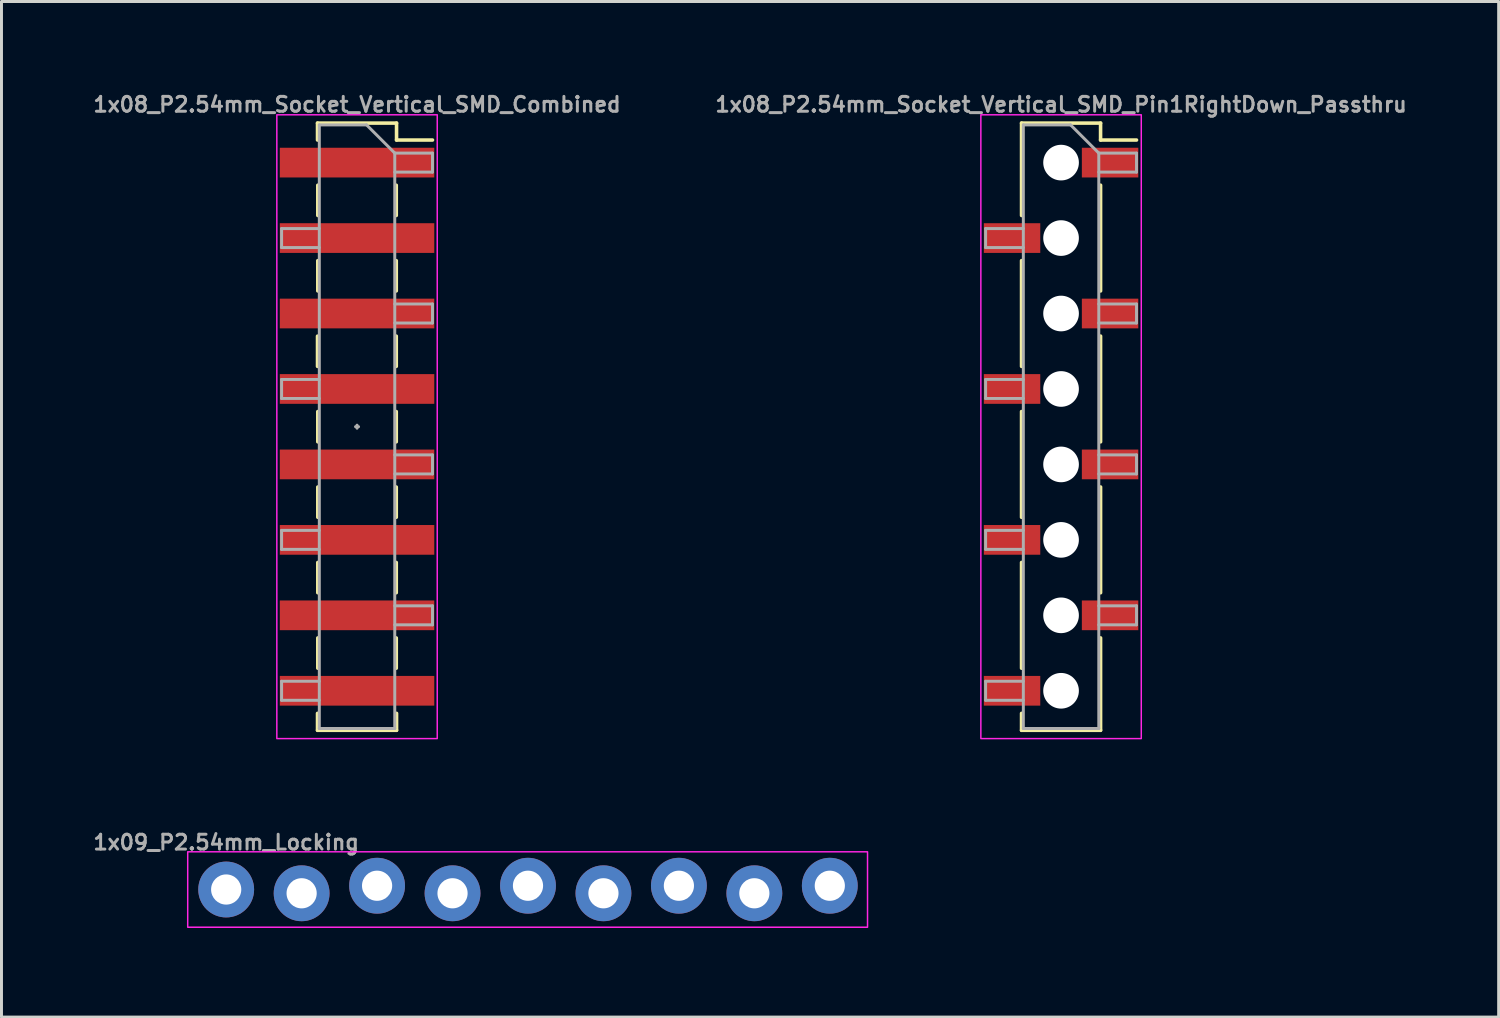
<source format=kicad_pcb>
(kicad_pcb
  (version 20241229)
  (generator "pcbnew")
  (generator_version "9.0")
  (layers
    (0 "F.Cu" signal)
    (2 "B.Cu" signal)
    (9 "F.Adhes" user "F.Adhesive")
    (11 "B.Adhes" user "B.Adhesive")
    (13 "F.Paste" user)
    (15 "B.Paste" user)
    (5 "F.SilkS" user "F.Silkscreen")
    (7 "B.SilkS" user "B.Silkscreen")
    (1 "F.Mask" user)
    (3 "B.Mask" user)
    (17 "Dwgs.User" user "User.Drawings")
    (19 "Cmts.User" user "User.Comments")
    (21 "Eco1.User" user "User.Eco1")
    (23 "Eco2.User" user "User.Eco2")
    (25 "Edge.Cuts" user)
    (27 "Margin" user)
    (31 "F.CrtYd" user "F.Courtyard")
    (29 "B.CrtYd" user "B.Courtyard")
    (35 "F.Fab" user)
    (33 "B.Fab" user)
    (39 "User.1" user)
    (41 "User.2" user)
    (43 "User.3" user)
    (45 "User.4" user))
  (footprint "1x09_P2.54mm_Locking"
    (layer "F.Cu")
    (at 4.564 26.894)
    (property "Reference" "1x09_P2.54mm_Locking" (at 0 -1.587 0) (layer "F.Fab") (effects (font (size 0.5 0.5) (thickness 0.1))))
    (fp_rect (start -1.295 -1.27) (end 21.59 1.27) (stroke (width 0.05) (type default)) (fill no) (layer "F.CrtYd"))
    (fp_poly (pts (xy -0.254 0.254) (xy 0.254 0.254) (xy 0.254 -0.254) (xy -0.254 -0.254)) (stroke (width 0.1) (type default)) (fill no) (layer "F.Fab"))
    (fp_poly (pts (xy 2.286 0.254) (xy 2.794 0.254) (xy 2.794 -0.254) (xy 2.286 -0.254)) (stroke (width 0.1) (type default)) (fill no) (layer "F.Fab"))
    (fp_poly (pts (xy 4.826 0.254) (xy 5.334 0.254) (xy 5.334 -0.254) (xy 4.826 -0.254)) (stroke (width 0.1) (type default)) (fill no) (layer "F.Fab"))
    (fp_poly (pts (xy 7.366 0.254) (xy 7.874 0.254) (xy 7.874 -0.254) (xy 7.366 -0.254)) (stroke (width 0.1) (type default)) (fill no) (layer "F.Fab"))
    (fp_poly (pts (xy 9.906 0.254) (xy 10.414 0.254) (xy 10.414 -0.254) (xy 9.906 -0.254)) (stroke (width 0.1) (type default)) (fill no) (layer "F.Fab"))
    (fp_poly (pts (xy 12.446 0.254) (xy 12.954 0.254) (xy 12.954 -0.254) (xy 12.446 -0.254)) (stroke (width 0.1) (type default)) (fill no) (layer "F.Fab"))
    (fp_poly (pts (xy 14.986 0.254) (xy 15.494 0.254) (xy 15.494 -0.254) (xy 14.986 -0.254)) (stroke (width 0.1) (type default)) (fill no) (layer "F.Fab"))
    (fp_poly (pts (xy 17.526 0.254) (xy 18.034 0.254) (xy 18.034 -0.254) (xy 17.526 -0.254)) (stroke (width 0.1) (type default)) (fill no) (layer "F.Fab"))
    (fp_poly (pts (xy 20.066 0.254) (xy 20.574 0.254) (xy 20.574 -0.254) (xy 20.066 -0.254)) (stroke (width 0.1) (type default)) (fill no) (layer "F.Fab"))
    (pad "1" thru_hole circle (at 0 0 90) (size 1.88 1.88) (drill 1.016) (layers "*.Cu" "*.Mask") (remove_unused_layers yes) (keep_end_layers yes) (zone_layer_connections))
    (pad "2" thru_hole circle (at 2.54 0.127 90) (size 1.88 1.88) (drill 1.016) (layers "*.Cu" "*.Mask") (remove_unused_layers yes) (keep_end_layers yes) (zone_layer_connections))
    (pad "3" thru_hole circle (at 5.08 -0.127 90) (size 1.88 1.88) (drill 1.016) (layers "*.Cu" "*.Mask") (remove_unused_layers yes) (keep_end_layers yes) (zone_layer_connections))
    (pad "4" thru_hole circle (at 7.62 0.127 90) (size 1.88 1.88) (drill 1.016) (layers "*.Cu" "*.Mask") (remove_unused_layers yes) (keep_end_layers yes) (zone_layer_connections))
    (pad "5" thru_hole circle (at 10.16 -0.127 90) (size 1.88 1.88) (drill 1.016) (layers "*.Cu" "*.Mask") (remove_unused_layers yes) (keep_end_layers yes) (zone_layer_connections))
    (pad "6" thru_hole circle (at 12.7 0.127 90) (size 1.88 1.88) (drill 1.016) (layers "*.Cu" "*.Mask") (remove_unused_layers yes) (keep_end_layers yes) (zone_layer_connections))
    (pad "7" thru_hole circle (at 15.24 -0.127 90) (size 1.88 1.88) (drill 1.016) (layers "*.Cu" "*.Mask") (remove_unused_layers yes) (keep_end_layers yes) (zone_layer_connections))
    (pad "8" thru_hole circle (at 17.78 0.127 90) (size 1.88 1.88) (drill 1.016) (layers "*.Cu" "*.Mask") (remove_unused_layers yes) (keep_end_layers yes) (zone_layer_connections))
    (pad "9" thru_hole circle (at 20.32 -0.127 90) (size 1.88 1.88) (drill 1.016) (layers "*.Cu" "*.Mask") (remove_unused_layers yes) (keep_end_layers yes) (zone_layer_connections)))
  (footprint "1x08_P2.54mm_Socket_Vertical_SMD_Pin1RightDown_Passthru"
    (layer "F.Cu")
    (at 32.669 11.314)
    (property "Reference" "1x08_P2.54mm_Socket_Vertical_SMD_Pin1RightDown_Passthru" (at 0 -10.846 0) (layer "F.Fab") (effects (font (size 0.5 0.5) (thickness 0.1))))
    (attr smd)
    (fp_line (start -1.33 -10.22) (end -1.33 -7.11) (stroke (width 0.12) (type solid)) (layer "F.SilkS"))
    (fp_line (start -1.33 -10.22) (end 1.33 -10.22) (stroke (width 0.12) (type solid)) (layer "F.SilkS"))
    (fp_line (start -1.33 -5.59) (end -1.33 -2.03) (stroke (width 0.12) (type solid)) (layer "F.SilkS"))
    (fp_line (start -1.33 -0.51) (end -1.33 3.05) (stroke (width 0.12) (type solid)) (layer "F.SilkS"))
    (fp_line (start -1.33 4.57) (end -1.33 8.13) (stroke (width 0.12) (type solid)) (layer "F.SilkS"))
    (fp_line (start -1.33 9.65) (end -1.33 10.22) (stroke (width 0.12) (type solid)) (layer "F.SilkS"))
    (fp_line (start -1.33 10.22) (end 1.33 10.22) (stroke (width 0.12) (type solid)) (layer "F.SilkS"))
    (fp_line (start 1.33 -10.22) (end 1.33 -9.65) (stroke (width 0.12) (type solid)) (layer "F.SilkS"))
    (fp_line (start 1.33 -9.65) (end 2.54 -9.65) (stroke (width 0.12) (type solid)) (layer "F.SilkS"))
    (fp_line (start 1.33 -8.13) (end 1.33 -4.57) (stroke (width 0.12) (type solid)) (layer "F.SilkS"))
    (fp_line (start 1.33 -3.05) (end 1.33 0.51) (stroke (width 0.12) (type solid)) (layer "F.SilkS"))
    (fp_line (start 1.33 2.03) (end 1.33 5.59) (stroke (width 0.12) (type solid)) (layer "F.SilkS"))
    (fp_line (start 1.33 7.11) (end 1.33 10.22) (stroke (width 0.12) (type solid)) (layer "F.SilkS"))
    (fp_rect (start -2.7 -10.5) (end 2.7 10.5) (stroke (width 0.05) (type default)) (fill no) (layer "F.CrtYd"))
    (fp_line (start -2.54 -6.67) (end -2.54 -6.03) (stroke (width 0.1) (type solid)) (layer "F.Fab"))
    (fp_line (start -2.54 -6.03) (end -1.27 -6.03) (stroke (width 0.1) (type solid)) (layer "F.Fab"))
    (fp_line (start -2.54 -1.59) (end -2.54 -0.95) (stroke (width 0.1) (type solid)) (layer "F.Fab"))
    (fp_line (start -2.54 -0.95) (end -1.27 -0.95) (stroke (width 0.1) (type solid)) (layer "F.Fab"))
    (fp_line (start -2.54 3.49) (end -2.54 4.13) (stroke (width 0.1) (type solid)) (layer "F.Fab"))
    (fp_line (start -2.54 4.13) (end -1.27 4.13) (stroke (width 0.1) (type solid)) (layer "F.Fab"))
    (fp_line (start -2.54 8.57) (end -2.54 9.21) (stroke (width 0.1) (type solid)) (layer "F.Fab"))
    (fp_line (start -2.54 9.21) (end -1.27 9.21) (stroke (width 0.1) (type solid)) (layer "F.Fab"))
    (fp_line (start -1.27 -10.16) (end -1.27 10.16) (stroke (width 0.1) (type solid)) (layer "F.Fab"))
    (fp_line (start -1.27 -10.16) (end 0.32 -10.16) (stroke (width 0.1) (type solid)) (layer "F.Fab"))
    (fp_line (start -1.27 -6.67) (end -2.54 -6.67) (stroke (width 0.1) (type solid)) (layer "F.Fab"))
    (fp_line (start -1.27 -1.59) (end -2.54 -1.59) (stroke (width 0.1) (type solid)) (layer "F.Fab"))
    (fp_line (start -1.27 3.49) (end -2.54 3.49) (stroke (width 0.1) (type solid)) (layer "F.Fab"))
    (fp_line (start -1.27 8.57) (end -2.54 8.57) (stroke (width 0.1) (type solid)) (layer "F.Fab"))
    (fp_line (start 1.27 -9.21) (end 0.32 -10.16) (stroke (width 0.1) (type solid)) (layer "F.Fab"))
    (fp_line (start 1.27 -9.21) (end 2.54 -9.21) (stroke (width 0.1) (type solid)) (layer "F.Fab"))
    (fp_line (start 1.27 -4.13) (end 2.54 -4.13) (stroke (width 0.1) (type solid)) (layer "F.Fab"))
    (fp_line (start 1.27 0.95) (end 2.54 0.95) (stroke (width 0.1) (type solid)) (layer "F.Fab"))
    (fp_line (start 1.27 6.03) (end 2.54 6.03) (stroke (width 0.1) (type solid)) (layer "F.Fab"))
    (fp_line (start 1.27 10.16) (end -1.27 10.16) (stroke (width 0.1) (type solid)) (layer "F.Fab"))
    (fp_line (start 1.27 10.16) (end 1.27 -9.21) (stroke (width 0.1) (type solid)) (layer "F.Fab"))
    (fp_line (start 2.54 -9.21) (end 2.54 -8.57) (stroke (width 0.1) (type solid)) (layer "F.Fab"))
    (fp_line (start 2.54 -8.57) (end 1.27 -8.57) (stroke (width 0.1) (type solid)) (layer "F.Fab"))
    (fp_line (start 2.54 -4.13) (end 2.54 -3.49) (stroke (width 0.1) (type solid)) (layer "F.Fab"))
    (fp_line (start 2.54 -3.49) (end 1.27 -3.49) (stroke (width 0.1) (type solid)) (layer "F.Fab"))
    (fp_line (start 2.54 0.95) (end 2.54 1.59) (stroke (width 0.1) (type solid)) (layer "F.Fab"))
    (fp_line (start 2.54 1.59) (end 1.27 1.59) (stroke (width 0.1) (type solid)) (layer "F.Fab"))
    (fp_line (start 2.54 6.03) (end 2.54 6.67) (stroke (width 0.1) (type solid)) (layer "F.Fab"))
    (fp_line (start 2.54 6.67) (end 1.27 6.67) (stroke (width 0.1) (type solid)) (layer "F.Fab"))
    (pad "" np_thru_hole circle (at 0 -8.89) (size 1.2 1.2) (drill 1.2) (layers "*.Cu" "*.Mask"))
    (pad "" np_thru_hole circle (at 0 -6.35) (size 1.2 1.2) (drill 1.2) (layers "*.Cu" "*.Mask"))
    (pad "" np_thru_hole circle (at 0 -3.81) (size 1.2 1.2) (drill 1.2) (layers "*.Cu" "*.Mask"))
    (pad "" np_thru_hole circle (at 0 -1.27) (size 1.2 1.2) (drill 1.2) (layers "*.Cu" "*.Mask"))
    (pad "" np_thru_hole circle (at 0 1.27) (size 1.2 1.2) (drill 1.2) (layers "*.Cu" "*.Mask"))
    (pad "" np_thru_hole circle (at 0 3.81) (size 1.2 1.2) (drill 1.2) (layers "*.Cu" "*.Mask"))
    (pad "" np_thru_hole circle (at 0 6.35) (size 1.2 1.2) (drill 1.2) (layers "*.Cu" "*.Mask"))
    (pad "" np_thru_hole circle (at 0 8.89) (size 1.2 1.2) (drill 1.2) (layers "*.Cu" "*.Mask"))
    (pad "1" smd rect (at 1.65 -8.89) (size 1.9 1) (layers "F.Cu" "F.Mask" "F.Paste"))
    (pad "2" smd rect (at -1.65 -6.35) (size 1.9 1) (layers "F.Cu" "F.Mask" "F.Paste"))
    (pad "3" smd rect (at 1.65 -3.81) (size 1.9 1) (layers "F.Cu" "F.Mask" "F.Paste"))
    (pad "4" smd rect (at -1.65 -1.27) (size 1.9 1) (layers "F.Cu" "F.Mask" "F.Paste"))
    (pad "5" smd rect (at 1.65 1.27) (size 1.9 1) (layers "F.Cu" "F.Mask" "F.Paste"))
    (pad "6" smd rect (at -1.65 3.81) (size 1.9 1) (layers "F.Cu" "F.Mask" "F.Paste"))
    (pad "7" smd rect (at 1.65 6.35) (size 1.9 1) (layers "F.Cu" "F.Mask" "F.Paste"))
    (pad "8" smd rect (at -1.65 8.89) (size 1.9 1) (layers "F.Cu" "F.Mask" "F.Paste")))
  (footprint "1x08_P2.54mm_Socket_Vertical_SMD_Combined"
    (layer "F.Cu")
    (at 8.969 11.314)
    (property "Reference" "1x08_P2.54mm_Socket_Vertical_SMD_Combined" (at 0 -10.846 0) (layer "F.Fab") (effects (font (size 0.5 0.5) (thickness 0.1))))
    (attr smd)
    (fp_rect (start -2.6 -9.39) (end -0.6 -8.39) (stroke (width 0) (type solid)) (fill yes) (layer "F.Mask"))
    (fp_rect (start -2.6 -6.85) (end -0.6 -5.85) (stroke (width 0) (type solid)) (fill yes) (layer "F.Mask"))
    (fp_rect (start -2.6 -4.31) (end -0.6 -3.31) (stroke (width 0) (type solid)) (fill yes) (layer "F.Mask"))
    (fp_rect (start -2.6 -1.77) (end -0.6 -0.77) (stroke (width 0) (type solid)) (fill yes) (layer "F.Mask"))
    (fp_rect (start -2.6 0.77) (end -0.6 1.77) (stroke (width 0) (type solid)) (fill yes) (layer "F.Mask"))
    (fp_rect (start -2.6 3.31) (end -0.6 4.31) (stroke (width 0) (type solid)) (fill yes) (layer "F.Mask"))
    (fp_rect (start -2.6 5.85) (end -0.6 6.85) (stroke (width 0) (type solid)) (fill yes) (layer "F.Mask"))
    (fp_rect (start -2.6 8.39) (end -0.6 9.39) (stroke (width 0) (type solid)) (fill yes) (layer "F.Mask"))
    (fp_rect (start 0.6 -9.39) (end 2.6 -8.39) (stroke (width 0) (type solid)) (fill yes) (layer "F.Mask"))
    (fp_rect (start 0.6 -6.85) (end 2.6 -5.85) (stroke (width 0) (type solid)) (fill yes) (layer "F.Mask"))
    (fp_rect (start 0.6 -4.31) (end 2.6 -3.31) (stroke (width 0) (type solid)) (fill yes) (layer "F.Mask"))
    (fp_rect (start 0.6 -1.77) (end 2.6 -0.77) (stroke (width 0) (type solid)) (fill yes) (layer "F.Mask"))
    (fp_rect (start 0.6 0.77) (end 2.6 1.77) (stroke (width 0) (type solid)) (fill yes) (layer "F.Mask"))
    (fp_rect (start 0.6 3.31) (end 2.6 4.31) (stroke (width 0) (type solid)) (fill yes) (layer "F.Mask"))
    (fp_rect (start 0.6 5.85) (end 2.6 6.85) (stroke (width 0) (type solid)) (fill yes) (layer "F.Mask"))
    (fp_rect (start 0.6 8.39) (end 2.6 9.39) (stroke (width 0) (type solid)) (fill yes) (layer "F.Mask"))
    (fp_line (start -1.33 -10.22) (end -1.33 -9.65) (stroke (width 0.12) (type solid)) (layer "F.SilkS"))
    (fp_line (start -1.33 -10.22) (end 1.33 -10.22) (stroke (width 0.12) (type solid)) (layer "F.SilkS"))
    (fp_line (start -1.33 -3.048) (end -1.33 -2.03) (stroke (width 0.12) (type solid)) (layer "F.SilkS"))
    (fp_line (start -1.33 9.65) (end -1.33 10.22) (stroke (width 0.12) (type solid)) (layer "F.SilkS"))
    (fp_line (start -1.33 10.22) (end 1.33 10.22) (stroke (width 0.12) (type solid)) (layer "F.SilkS"))
    (fp_line (start -1.321 -8.129) (end -1.321 -7.111) (stroke (width 0.12) (type solid)) (layer "F.SilkS"))
    (fp_line (start -1.321 -5.589) (end -1.321 -4.571) (stroke (width 0.12) (type solid)) (layer "F.SilkS"))
    (fp_line (start -1.321 -0.509) (end -1.321 0.509) (stroke (width 0.12) (type solid)) (layer "F.SilkS"))
    (fp_line (start -1.321 2.031) (end -1.321 3.049) (stroke (width 0.12) (type solid)) (layer "F.SilkS"))
    (fp_line (start -1.321 4.571) (end -1.321 5.589) (stroke (width 0.12) (type solid)) (layer "F.SilkS"))
    (fp_line (start -1.321 7.111) (end -1.321 8.129) (stroke (width 0.12) (type solid)) (layer "F.SilkS"))
    (fp_line (start 1.321 -8.129) (end 1.321 -7.111) (stroke (width 0.12) (type solid)) (layer "F.SilkS"))
    (fp_line (start 1.321 -5.589) (end 1.321 -4.571) (stroke (width 0.12) (type solid)) (layer "F.SilkS"))
    (fp_line (start 1.321 -3.049) (end 1.321 -2.031) (stroke (width 0.12) (type solid)) (layer "F.SilkS"))
    (fp_line (start 1.321 -0.509) (end 1.321 0.509) (stroke (width 0.12) (type solid)) (layer "F.SilkS"))
    (fp_line (start 1.321 2.031) (end 1.321 3.049) (stroke (width 0.12) (type solid)) (layer "F.SilkS"))
    (fp_line (start 1.321 4.571) (end 1.321 5.589) (stroke (width 0.12) (type solid)) (layer "F.SilkS"))
    (fp_line (start 1.321 7.111) (end 1.321 8.129) (stroke (width 0.12) (type solid)) (layer "F.SilkS"))
    (fp_line (start 1.33 -10.22) (end 1.33 -9.65) (stroke (width 0.12) (type solid)) (layer "F.SilkS"))
    (fp_line (start 1.33 -9.65) (end 2.54 -9.65) (stroke (width 0.12) (type solid)) (layer "F.SilkS"))
    (fp_line (start 1.33 9.65) (end 1.33 10.22) (stroke (width 0.12) (type solid)) (layer "F.SilkS"))
    (fp_rect (start -2.6 -9.39) (end -0.6 -8.39) (stroke (width 0) (type solid)) (fill yes) (layer "F.Paste"))
    (fp_rect (start -2.6 -6.85) (end -0.6 -5.85) (stroke (width 0) (type solid)) (fill yes) (layer "F.Paste"))
    (fp_rect (start -2.6 -4.31) (end -0.6 -3.31) (stroke (width 0) (type solid)) (fill yes) (layer "F.Paste"))
    (fp_rect (start -2.6 -1.77) (end -0.6 -0.77) (stroke (width 0) (type solid)) (fill yes) (layer "F.Paste"))
    (fp_rect (start -2.6 0.77) (end -0.6 1.77) (stroke (width 0) (type solid)) (fill yes) (layer "F.Paste"))
    (fp_rect (start -2.6 3.31) (end -0.6 4.31) (stroke (width 0) (type solid)) (fill yes) (layer "F.Paste"))
    (fp_rect (start -2.6 5.85) (end -0.6 6.85) (stroke (width 0) (type solid)) (fill yes) (layer "F.Paste"))
    (fp_rect (start -2.6 8.39) (end -0.6 9.39) (stroke (width 0) (type solid)) (fill yes) (layer "F.Paste"))
    (fp_rect (start 0.6 -9.39) (end 2.6 -8.39) (stroke (width 0) (type solid)) (fill yes) (layer "F.Paste"))
    (fp_rect (start 0.6 -6.85) (end 2.6 -5.85) (stroke (width 0) (type solid)) (fill yes) (layer "F.Paste"))
    (fp_rect (start 0.6 -4.31) (end 2.6 -3.31) (stroke (width 0) (type solid)) (fill yes) (layer "F.Paste"))
    (fp_rect (start 0.6 -1.77) (end 2.6 -0.77) (stroke (width 0) (type solid)) (fill yes) (layer "F.Paste"))
    (fp_rect (start 0.6 0.77) (end 2.6 1.77) (stroke (width 0) (type solid)) (fill yes) (layer "F.Paste"))
    (fp_rect (start 0.6 3.31) (end 2.6 4.31) (stroke (width 0) (type solid)) (fill yes) (layer "F.Paste"))
    (fp_rect (start 0.6 5.85) (end 2.6 6.85) (stroke (width 0) (type solid)) (fill yes) (layer "F.Paste"))
    (fp_rect (start 0.6 8.39) (end 2.6 9.39) (stroke (width 0) (type solid)) (fill yes) (layer "F.Paste"))
    (fp_rect (start -2.7 -10.5) (end 2.7 10.5) (stroke (width 0.05) (type default)) (fill no) (layer "F.CrtYd"))
    (fp_line (start -2.54 -6.67) (end -2.54 -6.03) (stroke (width 0.1) (type solid)) (layer "F.Fab"))
    (fp_line (start -2.54 -6.03) (end -1.27 -6.03) (stroke (width 0.1) (type solid)) (layer "F.Fab"))
    (fp_line (start -2.54 -1.59) (end -2.54 -0.95) (stroke (width 0.1) (type solid)) (layer "F.Fab"))
    (fp_line (start -2.54 -0.95) (end -1.27 -0.95) (stroke (width 0.1) (type solid)) (layer "F.Fab"))
    (fp_line (start -2.54 3.49) (end -2.54 4.13) (stroke (width 0.1) (type solid)) (layer "F.Fab"))
    (fp_line (start -2.54 4.13) (end -1.27 4.13) (stroke (width 0.1) (type solid)) (layer "F.Fab"))
    (fp_line (start -2.54 8.57) (end -2.54 9.21) (stroke (width 0.1) (type solid)) (layer "F.Fab"))
    (fp_line (start -2.54 9.21) (end -1.27 9.21) (stroke (width 0.1) (type solid)) (layer "F.Fab"))
    (fp_line (start -1.27 -10.16) (end -1.27 10.16) (stroke (width 0.1) (type solid)) (layer "F.Fab"))
    (fp_line (start -1.27 -10.16) (end 0.32 -10.16) (stroke (width 0.1) (type solid)) (layer "F.Fab"))
    (fp_line (start -1.27 -6.67) (end -2.54 -6.67) (stroke (width 0.1) (type solid)) (layer "F.Fab"))
    (fp_line (start -1.27 -1.59) (end -2.54 -1.59) (stroke (width 0.1) (type solid)) (layer "F.Fab"))
    (fp_line (start -1.27 3.49) (end -2.54 3.49) (stroke (width 0.1) (type solid)) (layer "F.Fab"))
    (fp_line (start -1.27 8.57) (end -2.54 8.57) (stroke (width 0.1) (type solid)) (layer "F.Fab"))
    (fp_line (start 0 -0.051) (end 0 0.051) (stroke (width 0.1) (type default)) (layer "F.Fab"))
    (fp_line (start 0.051 0) (end -0.051 0) (stroke (width 0.1) (type default)) (layer "F.Fab"))
    (fp_line (start 1.27 -9.21) (end 0.32 -10.16) (stroke (width 0.1) (type solid)) (layer "F.Fab"))
    (fp_line (start 1.27 -9.21) (end 2.54 -9.21) (stroke (width 0.1) (type solid)) (layer "F.Fab"))
    (fp_line (start 1.27 -4.13) (end 2.54 -4.13) (stroke (width 0.1) (type solid)) (layer "F.Fab"))
    (fp_line (start 1.27 0.95) (end 2.54 0.95) (stroke (width 0.1) (type solid)) (layer "F.Fab"))
    (fp_line (start 1.27 6.03) (end 2.54 6.03) (stroke (width 0.1) (type solid)) (layer "F.Fab"))
    (fp_line (start 1.27 10.16) (end -1.27 10.16) (stroke (width 0.1) (type solid)) (layer "F.Fab"))
    (fp_line (start 1.27 10.16) (end 1.27 -9.21) (stroke (width 0.1) (type solid)) (layer "F.Fab"))
    (fp_line (start 2.54 -9.21) (end 2.54 -8.57) (stroke (width 0.1) (type solid)) (layer "F.Fab"))
    (fp_line (start 2.54 -8.57) (end 1.27 -8.57) (stroke (width 0.1) (type solid)) (layer "F.Fab"))
    (fp_line (start 2.54 -4.13) (end 2.54 -3.49) (stroke (width 0.1) (type solid)) (layer "F.Fab"))
    (fp_line (start 2.54 -3.49) (end 1.27 -3.49) (stroke (width 0.1) (type solid)) (layer "F.Fab"))
    (fp_line (start 2.54 0.95) (end 2.54 1.59) (stroke (width 0.1) (type solid)) (layer "F.Fab"))
    (fp_line (start 2.54 1.59) (end 1.27 1.59) (stroke (width 0.1) (type solid)) (layer "F.Fab"))
    (fp_line (start 2.54 6.03) (end 2.54 6.67) (stroke (width 0.1) (type solid)) (layer "F.Fab"))
    (fp_line (start 2.54 6.67) (end 1.27 6.67) (stroke (width 0.1) (type solid)) (layer "F.Fab"))
    (pad "1" smd rect (at 0 -8.89) (size 5.2 1) (layers "F.Cu"))
    (pad "2" smd rect (at 0 -6.35) (size 5.2 1) (layers "F.Cu"))
    (pad "3" smd rect (at 0 -3.81) (size 5.2 1) (layers "F.Cu"))
    (pad "4" smd rect (at 0 -1.27) (size 5.2 1) (layers "F.Cu"))
    (pad "5" smd rect (at 0 1.27) (size 5.2 1) (layers "F.Cu"))
    (pad "6" smd rect (at 0 3.81) (size 5.2 1) (layers "F.Cu"))
    (pad "7" smd rect (at 0 6.35) (size 5.2 1) (layers "F.Cu"))
    (pad "8" smd rect (at 0 8.89) (size 5.2 1) (layers "F.Cu")))
  (gr_rect
    (start -3 -3)
    (end 47.4 31.189)
    (stroke (width 0.1) (type default))
    (fill no)
    (layer "Edge.Cuts")))
</source>
